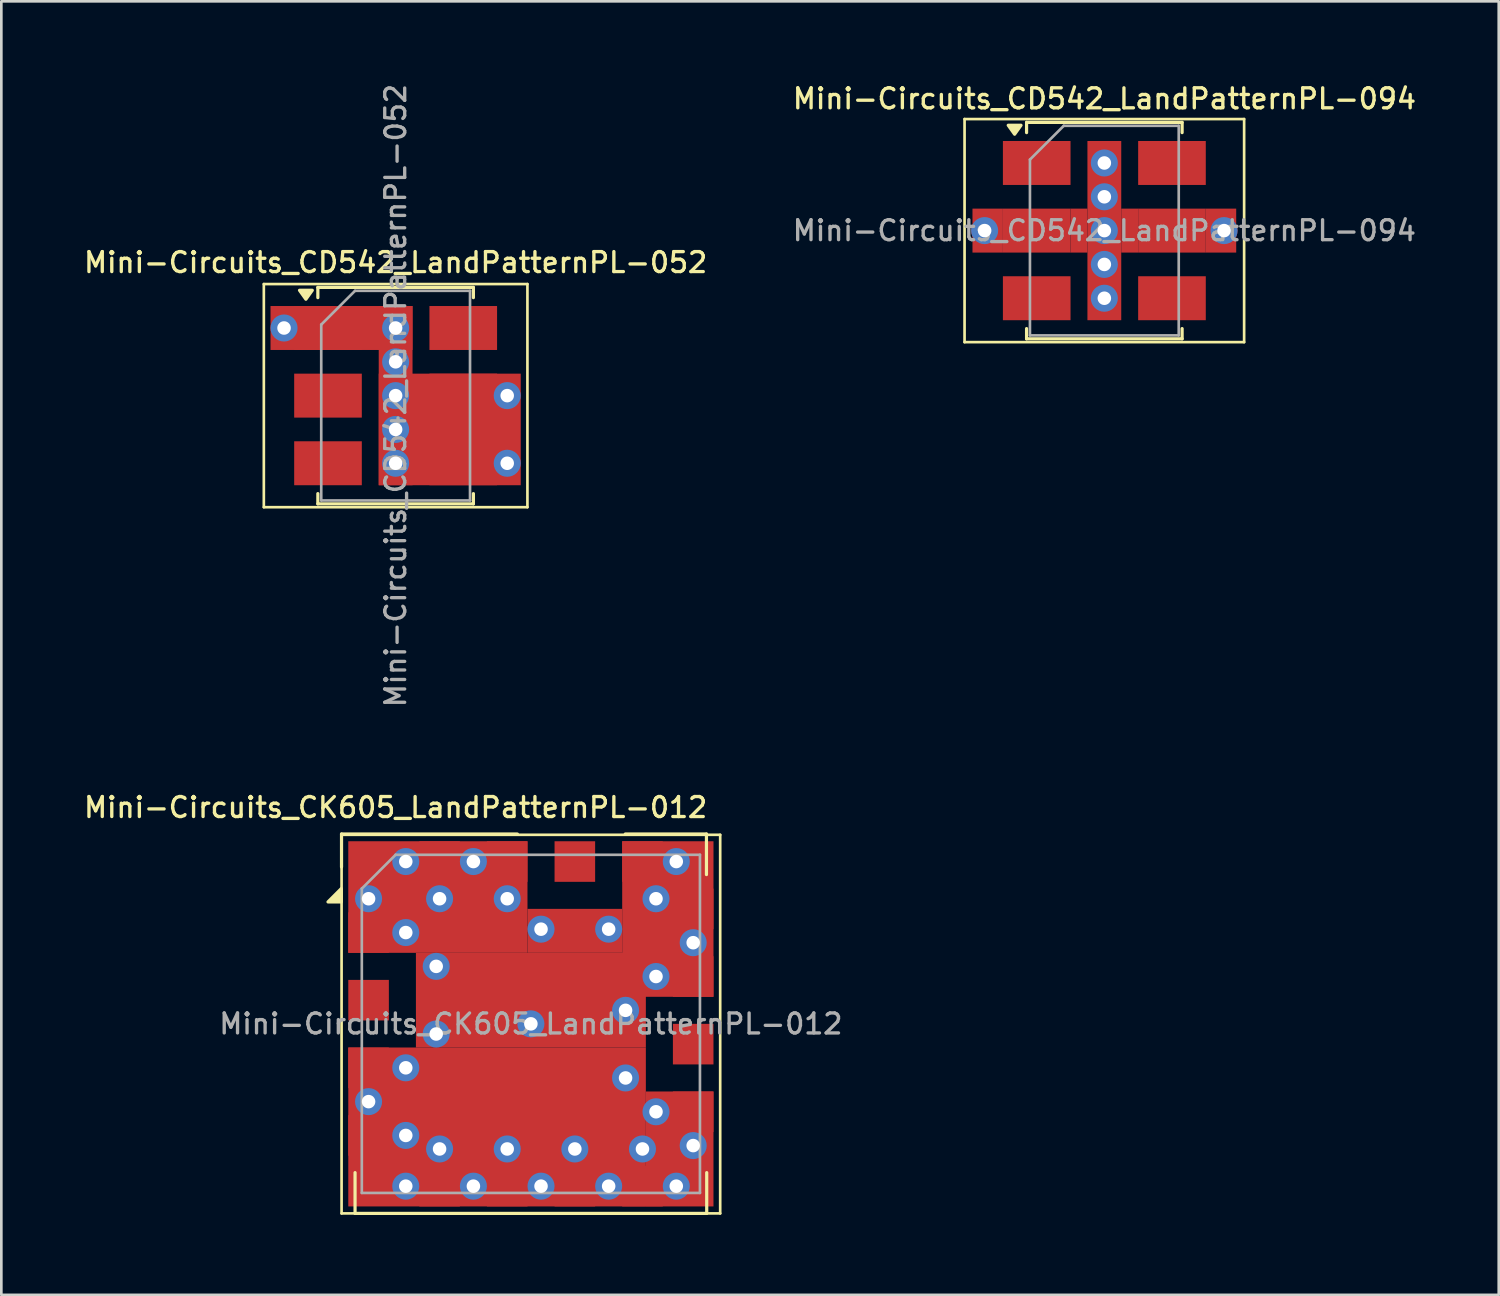
<source format=kicad_pcb>
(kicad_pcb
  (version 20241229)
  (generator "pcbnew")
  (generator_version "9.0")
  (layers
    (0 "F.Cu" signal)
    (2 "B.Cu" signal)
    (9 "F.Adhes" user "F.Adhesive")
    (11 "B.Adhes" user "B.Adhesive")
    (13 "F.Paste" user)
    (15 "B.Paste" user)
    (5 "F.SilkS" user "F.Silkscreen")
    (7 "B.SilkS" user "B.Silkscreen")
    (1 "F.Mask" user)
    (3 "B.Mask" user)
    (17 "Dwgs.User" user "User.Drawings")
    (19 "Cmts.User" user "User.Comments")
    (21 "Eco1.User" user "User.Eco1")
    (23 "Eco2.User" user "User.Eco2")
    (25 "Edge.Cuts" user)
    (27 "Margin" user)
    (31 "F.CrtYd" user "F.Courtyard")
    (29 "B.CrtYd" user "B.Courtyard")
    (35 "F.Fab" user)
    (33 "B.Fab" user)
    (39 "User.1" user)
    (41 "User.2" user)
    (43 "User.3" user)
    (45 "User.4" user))
  (footprint "Mini-Circuits_CK605_LandPatternPL-012"
    (layer "F.Cu")
    (at 16.889 35.404)
    (property "Reference" "Mini-Circuits_CK605_LandPatternPL-012" (at -5.08 -8.128 180) (layer "F.SilkS") (effects (font (size 0.75 0.75) (thickness 0.125))))
    (attr smd)
    (fp_line (start -7.112 -7.13) (end -0.508 -7.13) (stroke (width 0.12) (type solid)) (layer "F.SilkS"))
    (fp_line (start -7.112 -5.89) (end -7.112 -7.13) (stroke (width 0.12) (type solid)) (layer "F.SilkS"))
    (fp_line (start -7.11 -7.1) (end -7.11 7.12) (stroke (width 0.1) (type solid)) (layer "F.SilkS"))
    (fp_line (start -7.11 -7.1) (end 7.11 -7.1) (stroke (width 0.1) (type solid)) (layer "F.SilkS"))
    (fp_line (start -6.604 5.588) (end -6.604 7.112) (stroke (width 0.12) (type solid)) (layer "F.SilkS"))
    (fp_line (start -6.604 7.12) (end 6.604 7.12) (stroke (width 0.12) (type solid)) (layer "F.SilkS"))
    (fp_line (start 3.546 -7.13) (end 6.594 -7.13) (stroke (width 0.12) (type solid)) (layer "F.SilkS"))
    (fp_line (start 6.594 -5.606) (end 6.594 -7.13) (stroke (width 0.12) (type solid)) (layer "F.SilkS"))
    (fp_line (start 6.604 7.112) (end 6.604 5.588) (stroke (width 0.12) (type solid)) (layer "F.SilkS"))
    (fp_line (start 7.11 7.12) (end -7.11 7.12) (stroke (width 0.1) (type solid)) (layer "F.SilkS"))
    (fp_line (start 7.11 7.12) (end 7.11 -7.1) (stroke (width 0.1) (type solid)) (layer "F.SilkS"))
    (fp_poly (pts (xy -7.12 -4.58) (xy -7.62 -4.58) (xy -7.12 -5.08) (xy -7.12 -4.58)) (stroke (width 0.12) (type solid)) (fill yes) (layer "F.SilkS"))
    (fp_line (start -6.35 -5.08) (end -6.35 6.35) (stroke (width 0.1) (type solid)) (layer "F.Fab"))
    (fp_line (start -6.35 -5.08) (end -5.08 -6.35) (stroke (width 0.1) (type solid)) (layer "F.Fab"))
    (fp_line (start -6.35 6.35) (end 6.35 6.35) (stroke (width 0.1) (type solid)) (layer "F.Fab"))
    (fp_line (start 6.35 -6.35) (end -5.08 -6.35) (stroke (width 0.1) (type solid)) (layer "F.Fab"))
    (fp_line (start 6.35 6.35) (end 6.35 -6.35) (stroke (width 0.1) (type solid)) (layer "F.Fab"))
    (fp_text user "${REFERENCE}" (at 0 0 0) (layer "F.Fab") (effects (font (size 0.75 0.75) (thickness 0.125))))
    (pad "1" thru_hole circle (at -6.096 -4.699) (size 1.016 1.016) (drill 0.508) (layers "*.Cu"))
    (pad "1" smd rect (at -6.096 -3.429 270) (size 1.524 1.524) (layers "F.Cu" "F.Mask" "F.Paste"))
    (pad "1" thru_hole circle (at -6.096 2.921) (size 1.016 1.016) (drill 0.508) (layers "*.Cu"))
    (pad "1" thru_hole circle (at -4.699 -6.096) (size 1.016 1.016) (drill 0.508) (layers "*.Cu"))
    (pad "1" thru_hole circle (at -4.699 -3.429) (size 1.016 1.016) (drill 0.508) (layers "*.Cu"))
    (pad "1" thru_hole circle (at -4.699 1.651) (size 1.016 1.016) (drill 0.508) (layers "*.Cu"))
    (pad "1" thru_hole circle (at -4.699 4.191) (size 1.016 1.016) (drill 0.508) (layers "*.Cu"))
    (pad "1" thru_hole circle (at -4.699 6.096) (size 1.016 1.016) (drill 0.508) (layers "*.Cu"))
    (pad "1" thru_hole circle (at -3.556 -2.159) (size 1.016 1.016) (drill 0.508) (layers "*.Cu"))
    (pad "1" thru_hole circle (at -3.556 0.381) (size 1.016 1.016) (drill 0.508) (layers "*.Cu"))
    (pad "1" smd rect (at -3.493 -4.763) (size 6.731 4.191) (layers "F.Cu"))
    (pad "1" thru_hole circle (at -3.429 -4.699) (size 1.016 1.016) (drill 0.508) (layers "*.Cu"))
    (pad "1" thru_hole circle (at -3.429 4.699) (size 1.016 1.016) (drill 0.508) (layers "*.Cu"))
    (pad "1" thru_hole circle (at -2.159 -6.096) (size 1.016 1.016) (drill 0.508) (layers "*.Cu"))
    (pad "1" thru_hole circle (at -2.159 6.096) (size 1.016 1.016) (drill 0.508) (layers "*.Cu"))
    (pad "1" smd rect (at -1.27 3.873) (size 11.176 5.969) (layers "F.Cu"))
    (pad "1" thru_hole circle (at -0.889 -4.699) (size 1.016 1.016) (drill 0.508) (layers "*.Cu"))
    (pad "1" thru_hole circle (at -0.889 4.699) (size 1.016 1.016) (drill 0.508) (layers "*.Cu"))
    (pad "1" smd rect (at 0 -0.889) (size 8.636 3.556) (layers "F.Cu"))
    (pad "1" thru_hole circle (at 0 0) (size 1.016 1.016) (drill 0.508) (layers "*.Cu"))
    (pad "1" thru_hole circle (at 0.381 -3.556) (size 1.016 1.016) (drill 0.508) (layers "*.Cu"))
    (pad "1" thru_hole circle (at 0.381 6.096) (size 1.016 1.016) (drill 0.508) (layers "*.Cu"))
    (pad "1" smd rect (at 1.651 -3.493) (size 3.556 1.651) (layers "F.Cu"))
    (pad "1" thru_hole circle (at 1.651 4.699) (size 1.016 1.016) (drill 0.508) (layers "*.Cu"))
    (pad "1" thru_hole circle (at 2.921 -3.556) (size 1.016 1.016) (drill 0.508) (layers "*.Cu"))
    (pad "1" thru_hole circle (at 2.921 6.096) (size 1.016 1.016) (drill 0.508) (layers "*.Cu"))
    (pad "1" thru_hole circle (at 3.556 -0.508) (size 1.016 1.016) (drill 0.508) (layers "*.Cu"))
    (pad "1" thru_hole circle (at 3.556 2.032) (size 1.016 1.016) (drill 0.508) (layers "*.Cu"))
    (pad "1" thru_hole circle (at 4.191 4.699) (size 1.016 1.016) (drill 0.508) (layers "*.Cu"))
    (pad "1" thru_hole circle (at 4.699 -4.699) (size 1.016 1.016) (drill 0.508) (layers "*.Cu"))
    (pad "1" thru_hole circle (at 4.699 -1.778) (size 1.016 1.016) (drill 0.508) (layers "*.Cu"))
    (pad "1" thru_hole circle (at 4.699 3.302) (size 1.016 1.016) (drill 0.508) (layers "*.Cu"))
    (pad "1" smd rect (at 5.144 -3.937) (size 3.429 5.842) (layers "F.Cu"))
    (pad "1" thru_hole circle (at 5.461 -6.096) (size 1.016 1.016) (drill 0.508) (layers "*.Cu"))
    (pad "1" thru_hole circle (at 5.461 6.096) (size 1.016 1.016) (drill 0.508) (layers "*.Cu"))
    (pad "1" smd rect (at 5.588 4.699) (size 2.54 4.318) (layers "F.Cu"))
    (pad "1" thru_hole circle (at 6.096 -3.048) (size 1.016 1.016) (drill 0.508) (layers "*.Cu"))
    (pad "1" thru_hole circle (at 6.096 4.572) (size 1.016 1.016) (drill 0.508) (layers "*.Cu"))
    (pad "2" smd rect (at -6.096 -0.889 270) (size 1.524 1.524) (layers "F.Cu" "F.Mask" "F.Paste"))
    (pad "3" smd rect (at -6.096 1.651 270) (size 1.524 1.524) (layers "F.Cu" "F.Mask" "F.Paste"))
    (pad "4" smd rect (at -6.096 4.191 270) (size 1.524 1.524) (layers "F.Cu" "F.Mask" "F.Paste"))
    (pad "5" smd rect (at -3.429 6.096 270) (size 1.524 1.524) (layers "F.Cu" "F.Mask" "F.Paste"))
    (pad "6" smd rect (at -0.889 6.096 270) (size 1.524 1.524) (layers "F.Cu" "F.Mask" "F.Paste"))
    (pad "7" smd rect (at 1.651 6.096 270) (size 1.524 1.524) (layers "F.Cu" "F.Mask" "F.Paste"))
    (pad "8" smd rect (at 4.191 6.096 270) (size 1.524 1.524) (layers "F.Cu" "F.Mask" "F.Paste"))
    (pad "9" smd rect (at 6.096 3.302 270) (size 1.524 1.524) (layers "F.Cu" "F.Mask" "F.Paste"))
    (pad "10" smd rect (at 6.096 0.762 270) (size 1.524 1.524) (layers "F.Cu" "F.Mask" "F.Paste"))
    (pad "11" smd rect (at 6.096 -1.778 270) (size 1.524 1.524) (layers "F.Cu" "F.Mask" "F.Paste"))
    (pad "12" smd rect (at 6.096 -4.318 270) (size 1.524 1.524) (layers "F.Cu" "F.Mask" "F.Paste"))
    (pad "13" smd rect (at 4.191 -6.096 270) (size 1.524 1.524) (layers "F.Cu" "F.Mask" "F.Paste"))
    (pad "14" smd rect (at 1.651 -6.096 270) (size 1.524 1.524) (layers "F.Cu" "F.Mask" "F.Paste"))
    (pad "15" smd rect (at -0.889 -6.096 270) (size 1.524 1.524) (layers "F.Cu" "F.Mask" "F.Paste"))
    (pad "16" smd rect (at -3.429 -6.096 270) (size 1.524 1.524) (layers "F.Cu" "F.Mask" "F.Paste")))
  (footprint "Mini-Circuits_CD542_LandPatternPL-094"
    (layer "F.Cu")
    (at 38.427 5.611)
    (property "Reference" "Mini-Circuits_CD542_LandPatternPL-094" (at 0.004 -4.953 0) (layer "F.SilkS") (effects (font (size 0.75 0.75) (thickness 0.125))))
    (attr smd)
    (fp_line (start -5.25 -4.19) (end -5.25 4.19) (stroke (width 0.1) (type solid)) (layer "F.SilkS"))
    (fp_line (start -5.25 -4.19) (end 5.25 -4.19) (stroke (width 0.1) (type solid)) (layer "F.SilkS"))
    (fp_line (start -2.921 -4.064) (end -2.921 -3.68) (stroke (width 0.12) (type solid)) (layer "F.SilkS"))
    (fp_line (start -2.921 3.68) (end -2.921 4.064) (stroke (width 0.12) (type solid)) (layer "F.SilkS"))
    (fp_line (start -2.921 4.064) (end 2.921 4.064) (stroke (width 0.12) (type solid)) (layer "F.SilkS"))
    (fp_line (start 2.921 -4.064) (end -2.921 -4.064) (stroke (width 0.12) (type solid)) (layer "F.SilkS"))
    (fp_line (start 2.921 -4.064) (end 2.921 -3.68) (stroke (width 0.12) (type solid)) (layer "F.SilkS"))
    (fp_line (start 2.921 3.68) (end 2.921 4.064) (stroke (width 0.12) (type solid)) (layer "F.SilkS"))
    (fp_line (start 5.25 4.19) (end -5.25 4.19) (stroke (width 0.1) (type solid)) (layer "F.SilkS"))
    (fp_line (start 5.25 4.19) (end 5.25 -4.19) (stroke (width 0.1) (type solid)) (layer "F.SilkS"))
    (fp_poly (pts (xy -3.37 -3.62) (xy -3.61 -3.956) (xy -3.13 -3.956) (xy -3.37 -3.62)) (stroke (width 0.12) (type solid)) (fill yes) (layer "F.SilkS"))
    (fp_line (start -2.794 -2.667) (end -2.794 3.937) (stroke (width 0.1) (type solid)) (layer "F.Fab"))
    (fp_line (start -2.794 -2.667) (end -1.524 -3.937) (stroke (width 0.1) (type solid)) (layer "F.Fab"))
    (fp_line (start -2.794 3.937) (end 2.794 3.937) (stroke (width 0.1) (type solid)) (layer "F.Fab"))
    (fp_line (start 2.794 -3.937) (end -1.524 -3.937) (stroke (width 0.1) (type solid)) (layer "F.Fab"))
    (fp_line (start 2.794 -3.937) (end 2.794 3.937) (stroke (width 0.1) (type solid)) (layer "F.Fab"))
    (fp_text user "${REFERENCE}" (at 0 0 0) (layer "F.Fab") (effects (font (size 0.75 0.75) (thickness 0.125))))
    (pad "1" smd rect (at -2.54 -2.54 270) (size 1.651 2.54) (layers "F.Cu" "F.Mask" "F.Paste"))
    (pad "2" thru_hole circle (at -4.496 0 270) (size 1.016 1.016) (drill 0.508) (layers "*.Cu"))
    (pad "2" smd rect (at -4.381 0 270) (size 1.651 1.143) (layers "F.Cu"))
    (pad "2" smd rect (at -2.54 0 270) (size 1.651 2.54) (layers "F.Cu" "F.Mask" "F.Paste"))
    (pad "2" smd rect (at -0.953 0 270) (size 1.651 0.635) (layers "F.Cu"))
    (pad "2" thru_hole circle (at 0 -2.54 270) (size 1.016 1.016) (drill 0.508) (layers "*.Cu"))
    (pad "2" thru_hole circle (at 0 -1.27 270) (size 1.016 1.016) (drill 0.508) (layers "*.Cu"))
    (pad "2" thru_hole circle (at 0 0 270) (size 1.016 1.016) (drill 0.508) (layers "*.Cu"))
    (pad "2" smd rect (at 0 0 270) (size 6.731 1.27) (layers "F.Cu"))
    (pad "2" thru_hole circle (at 0 1.27 270) (size 1.016 1.016) (drill 0.508) (layers "*.Cu"))
    (pad "2" thru_hole circle (at 0 2.54 270) (size 1.016 1.016) (drill 0.508) (layers "*.Cu"))
    (pad "3" smd rect (at -2.54 2.54 270) (size 1.651 2.54) (layers "F.Cu" "F.Mask" "F.Paste"))
    (pad "4" smd rect (at 2.54 2.54 270) (size 1.651 2.54) (layers "F.Cu" "F.Mask" "F.Paste"))
    (pad "5" smd rect (at 0.953 0 270) (size 1.651 0.635) (layers "F.Cu"))
    (pad "5" smd rect (at 2.54 0 270) (size 1.651 2.54) (layers "F.Cu" "F.Mask" "F.Paste"))
    (pad "5" smd rect (at 4.381 0 270) (size 1.651 1.143) (layers "F.Cu"))
    (pad "5" thru_hole circle (at 4.496 0 270) (size 1.016 1.016) (drill 0.508) (layers "*.Cu"))
    (pad "6" smd rect (at 2.54 -2.54 270) (size 1.651 2.54) (layers "F.Cu" "F.Mask" "F.Paste")))
  (footprint "Mini-Circuits_CD542_LandPatternPL-052"
    (layer "F.Cu")
    (at 11.809 11.809)
    (property "Reference" "Mini-Circuits_CD542_LandPatternPL-052" (at 0 -5 0) (layer "F.SilkS") (effects (font (size 0.75 0.75) (thickness 0.125))))
    (attr smd)
    (fp_line (start -4.95 -4.19) (end -4.95 4.19) (stroke (width 0.1) (type solid)) (layer "F.SilkS"))
    (fp_line (start -4.95 -4.19) (end 4.95 -4.19) (stroke (width 0.1) (type solid)) (layer "F.SilkS"))
    (fp_line (start -2.921 -4.064) (end -2.921 -3.68) (stroke (width 0.12) (type solid)) (layer "F.SilkS"))
    (fp_line (start -2.921 4.064) (end -2.921 3.68) (stroke (width 0.12) (type solid)) (layer "F.SilkS"))
    (fp_line (start -2.921 4.064) (end 2.921 4.064) (stroke (width 0.12) (type solid)) (layer "F.SilkS"))
    (fp_line (start 2.921 -4.064) (end -2.921 -4.064) (stroke (width 0.12) (type solid)) (layer "F.SilkS"))
    (fp_line (start 2.921 -4.064) (end 2.921 -3.68) (stroke (width 0.12) (type solid)) (layer "F.SilkS"))
    (fp_line (start 2.921 4.064) (end 2.921 3.68) (stroke (width 0.12) (type solid)) (layer "F.SilkS"))
    (fp_line (start 4.95 4.19) (end -4.95 4.19) (stroke (width 0.1) (type solid)) (layer "F.SilkS"))
    (fp_line (start 4.95 4.19) (end 4.95 -4.19) (stroke (width 0.1) (type solid)) (layer "F.SilkS"))
    (fp_poly (pts (xy -3.37 -3.62) (xy -3.61 -3.956) (xy -3.13 -3.956) (xy -3.37 -3.62)) (stroke (width 0.12) (type solid)) (fill yes) (layer "F.SilkS"))
    (fp_line (start -2.794 -2.667) (end -2.794 3.937) (stroke (width 0.1) (type solid)) (layer "F.Fab"))
    (fp_line (start -2.794 3.937) (end 2.794 3.937) (stroke (width 0.1) (type solid)) (layer "F.Fab"))
    (fp_line (start -1.524 -3.937) (end -2.794 -2.667) (stroke (width 0.1) (type solid)) (layer "F.Fab"))
    (fp_line (start 2.794 -3.937) (end -1.524 -3.937) (stroke (width 0.1) (type solid)) (layer "F.Fab"))
    (fp_line (start 2.794 3.937) (end 2.794 -3.937) (stroke (width 0.1) (type solid)) (layer "F.Fab"))
    (fp_text user "${REFERENCE}" (at 0 0 90) (layer "F.Fab") (effects (font (size 0.75 0.75) (thickness 0.125))))
    (pad "1" thru_hole circle (at -4.191 -2.54) (size 1.016 1.016) (drill 0.508) (layers "*.Cu"))
    (pad "1" smd rect (at -2.54 -2.54) (size 2.54 1.651) (layers "F.Cu" "F.Mask" "F.Paste"))
    (pad "1" smd rect (at -2.032 -2.54) (size 5.334 1.651) (layers "F.Cu"))
    (pad "1" thru_hole circle (at 0 -2.54) (size 1.016 1.016) (drill 0.508) (layers "*.Cu"))
    (pad "1" thru_hole circle (at 0 -1.27) (size 1.016 1.016) (drill 0.508) (layers "*.Cu"))
    (pad "1" thru_hole circle (at 0 0) (size 1.016 1.016) (drill 0.508) (layers "*.Cu"))
    (pad "1" smd rect (at 0 0) (size 1.27 6.731) (layers "F.Cu"))
    (pad "1" thru_hole circle (at 0 1.27) (size 1.016 1.016) (drill 0.508) (layers "*.Cu"))
    (pad "1" thru_hole circle (at 0 2.54) (size 1.016 1.016) (drill 0.508) (layers "*.Cu"))
    (pad "2" smd rect (at -2.54 0) (size 2.54 1.651) (layers "F.Cu" "F.Mask" "F.Paste"))
    (pad "3" smd rect (at -2.54 2.54) (size 2.54 1.651) (layers "F.Cu" "F.Mask" "F.Paste"))
    (pad "4" smd rect (at 2.032 1.27) (size 5.334 4.191) (layers "F.Cu"))
    (pad "4" smd rect (at 2.54 2.54) (size 2.54 1.651) (layers "F.Cu" "F.Mask" "F.Paste"))
    (pad "4" thru_hole circle (at 4.191 2.54) (size 1.016 1.016) (drill 0.508) (layers "*.Cu"))
    (pad "5" smd rect (at 2.54 0) (size 2.54 1.651) (layers "F.Cu" "F.Mask" "F.Paste"))
    (pad "5" thru_hole circle (at 4.191 0) (size 1.016 1.016) (drill 0.508) (layers "*.Cu"))
    (pad "6" smd rect (at 2.54 -2.54) (size 2.54 1.651) (layers "F.Cu" "F.Mask" "F.Paste")))
  (gr_rect
    (start -3 -3)
    (end 53.24 45.584)
    (stroke (width 0.1) (type default))
    (fill no)
    (layer "Edge.Cuts")))
</source>
